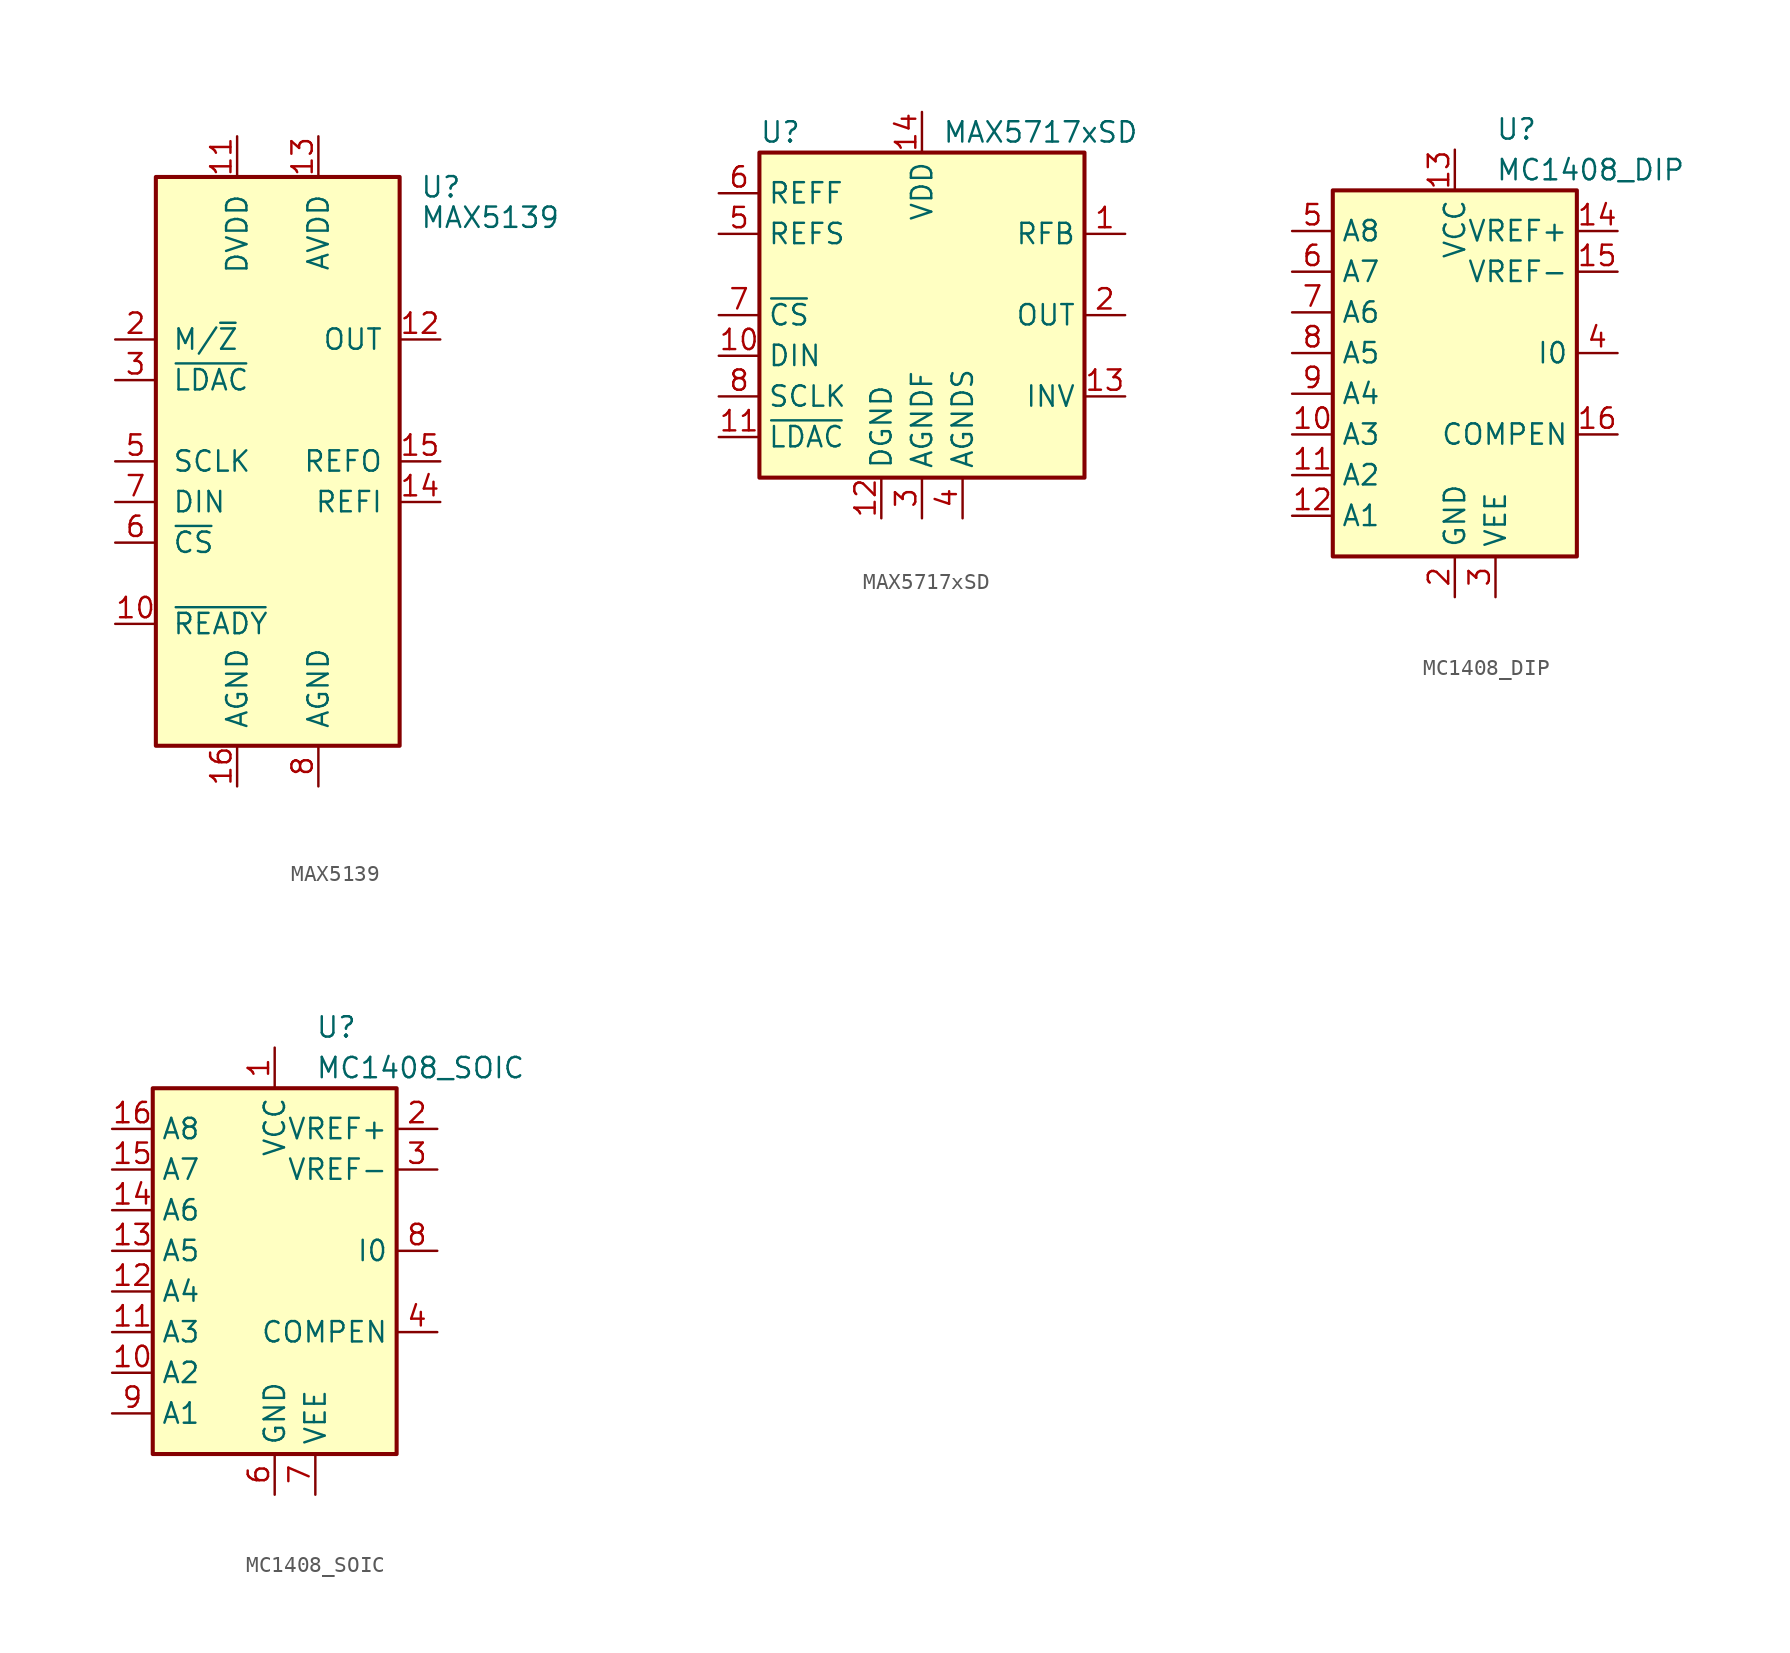
<source format=kicad_sym>
(kicad_symbol_lib
  (version 20200908)
  (generator kicad_symbol_editor)
  (symbol "Analog_DAC:MAX5139"
    (pin_names
      (offset 1.016))
    (property "Reference" "U"
      (at 8.89 17.145 0)
      (effects (font (size 1.27 1.27)) (justify left)))
    (property "Value" "MAX5139"
      (at 8.89 15.24 0)
      (effects (font (size 1.27 1.27)) (justify left)))
    (symbol "MAX5139_0_1"
      (rectangle (start -7.62 17.78) (end 7.62 -17.78) (stroke (width 0.254)) (fill (type background))))
    (symbol "MAX5139_1_1"
      (pin unconnected line (at 10.16 -10.16 180) (length 2.54) hide (name "NC" (effects (font (size 1.27 1.27)))) (number "1" (effects (font (size 1.27 1.27)))))
      (pin output line (at -10.16 -10.16 0) (length 2.54) (name "~READY" (effects (font (size 1.27 1.27)))) (number "10" (effects (font (size 1.27 1.27)))))
      (pin power_in line (at -2.54 20.32 270) (length 2.54) (name "DVDD" (effects (font (size 1.27 1.27)))) (number "11" (effects (font (size 1.27 1.27)))))
      (pin output line (at 10.16 7.62 180) (length 2.54) (name "OUT" (effects (font (size 1.27 1.27)))) (number "12" (effects (font (size 1.27 1.27)))))
      (pin power_in line (at 2.54 20.32 270) (length 2.54) (name "AVDD" (effects (font (size 1.27 1.27)))) (number "13" (effects (font (size 1.27 1.27)))))
      (pin input line (at 10.16 -2.54 180) (length 2.54) (name "REFI" (effects (font (size 1.27 1.27)))) (number "14" (effects (font (size 1.27 1.27)))))
      (pin output line (at 10.16 0 180) (length 2.54) (name "REFO" (effects (font (size 1.27 1.27)))) (number "15" (effects (font (size 1.27 1.27)))))
      (pin power_in line (at -2.54 -20.32 90) (length 2.54) (name "AGND" (effects (font (size 1.27 1.27)))) (number "16" (effects (font (size 1.27 1.27)))))
      (pin input line (at -10.16 7.62 0) (length 2.54) (name "M/~Z" (effects (font (size 1.27 1.27)))) (number "2" (effects (font (size 1.27 1.27)))))
      (pin input line (at -10.16 5.08 0) (length 2.54) (name "~LDAC" (effects (font (size 1.27 1.27)))) (number "3" (effects (font (size 1.27 1.27)))))
      (pin unconnected line (at 10.16 -7.62 180) (length 2.54) hide (name "NC" (effects (font (size 1.27 1.27)))) (number "4" (effects (font (size 1.27 1.27)))))
      (pin input line (at -10.16 0 0) (length 2.54) (name "SCLK" (effects (font (size 1.27 1.27)))) (number "5" (effects (font (size 1.27 1.27)))))
      (pin input line (at -10.16 -5.08 0) (length 2.54) (name "~CS" (effects (font (size 1.27 1.27)))) (number "6" (effects (font (size 1.27 1.27)))))
      (pin input line (at -10.16 -2.54 0) (length 2.54) (name "DIN" (effects (font (size 1.27 1.27)))) (number "7" (effects (font (size 1.27 1.27)))))
      (pin power_in line (at 2.54 -20.32 90) (length 2.54) (name "AGND" (effects (font (size 1.27 1.27)))) (number "8" (effects (font (size 1.27 1.27)))))
      (pin unconnected line (at 10.16 -5.08 180) (length 2.54) hide (name "NC" (effects (font (size 1.27 1.27)))) (number "9" (effects (font (size 1.27 1.27)))))))
  (symbol "Analog_DAC:MAX5717xSD"
    (property "Reference" "U"
      (at -10.16 11.43 0)
      (effects (font (size 1.27 1.27)) (justify left)))
    (property "Value" "MAX5717xSD"
      (at 1.27 11.43 0)
      (effects (font (size 1.27 1.27)) (justify left)))
    (symbol "MAX5717xSD_0_1"
      (rectangle (start -10.16 10.16) (end 10.16 -10.16) (stroke (width 0.254)) (fill (type background))))
    (symbol "MAX5717xSD_1_1"
      (pin passive line (at 12.7 5.08 180) (length 2.54) (name "RFB" (effects (font (size 1.27 1.27)))) (number "1" (effects (font (size 1.27 1.27)))))
      (pin input line (at -12.7 -2.54 0) (length 2.54) (name "DIN" (effects (font (size 1.27 1.27)))) (number "10" (effects (font (size 1.27 1.27)))))
      (pin input line (at -12.7 -7.62 0) (length 2.54) (name "~LDAC" (effects (font (size 1.27 1.27)))) (number "11" (effects (font (size 1.27 1.27)))))
      (pin power_in line (at -2.54 -12.7 90) (length 2.54) (name "DGND" (effects (font (size 1.27 1.27)))) (number "12" (effects (font (size 1.27 1.27)))))
      (pin passive line (at 12.7 -5.08 180) (length 2.54) (name "INV" (effects (font (size 1.27 1.27)))) (number "13" (effects (font (size 1.27 1.27)))))
      (pin power_in line (at 0 12.7 270) (length 2.54) (name "VDD" (effects (font (size 1.27 1.27)))) (number "14" (effects (font (size 1.27 1.27)))))
      (pin output line (at 12.7 0 180) (length 2.54) (name "OUT" (effects (font (size 1.27 1.27)))) (number "2" (effects (font (size 1.27 1.27)))))
      (pin power_in line (at 0 -12.7 90) (length 2.54) (name "AGNDF" (effects (font (size 1.27 1.27)))) (number "3" (effects (font (size 1.27 1.27)))))
      (pin power_in line (at 2.54 -12.7 90) (length 2.54) (name "AGNDS" (effects (font (size 1.27 1.27)))) (number "4" (effects (font (size 1.27 1.27)))))
      (pin input line (at -12.7 5.08 0) (length 2.54) (name "REFS" (effects (font (size 1.27 1.27)))) (number "5" (effects (font (size 1.27 1.27)))))
      (pin input line (at -12.7 7.62 0) (length 2.54) (name "REFF" (effects (font (size 1.27 1.27)))) (number "6" (effects (font (size 1.27 1.27)))))
      (pin input line (at -12.7 0 0) (length 2.54) (name "~CS" (effects (font (size 1.27 1.27)))) (number "7" (effects (font (size 1.27 1.27)))))
      (pin input line (at -12.7 -5.08 0) (length 2.54) (name "SCLK" (effects (font (size 1.27 1.27)))) (number "8" (effects (font (size 1.27 1.27)))))
      (pin unconnected line (at 10.16 -7.62 180) (length 2.54) hide (name "NC" (effects (font (size 1.27 1.27)))) (number "9" (effects (font (size 1.27 1.27)))))))
  (symbol "Analog_DAC:MC1408_DIP"
    (property "Reference" "U"
      (at 2.54 16.51 0)
      (effects (font (size 1.27 1.27)) (justify left)))
    (property "Value" "MC1408_DIP"
      (at 2.54 13.97 0)
      (effects (font (size 1.27 1.27)) (justify left)))
    (symbol "MC1408_DIP_0_0"
      (rectangle (start -7.62 -10.16) (end 7.62 12.7) (stroke (width 0.254)) (fill (type background))))
    (symbol "MC1408_DIP_1_1"
      (pin unconnected line (at 10.16 -5.08 180) (length 2.54) hide (name "NC" (effects (font (size 1.27 1.27)))) (number "1" (effects (font (size 1.27 1.27)))))
      (pin input line (at -10.16 -2.54 0) (length 2.54) (name "A3" (effects (font (size 1.27 1.27)))) (number "10" (effects (font (size 1.27 1.27)))))
      (pin input line (at -10.16 -5.08 0) (length 2.54) (name "A2" (effects (font (size 1.27 1.27)))) (number "11" (effects (font (size 1.27 1.27)))))
      (pin input line (at -10.16 -7.62 0) (length 2.54) (name "A1" (effects (font (size 1.27 1.27)))) (number "12" (effects (font (size 1.27 1.27)))))
      (pin power_in line (at 0 15.24 270) (length 2.54) (name "VCC" (effects (font (size 1.27 1.27)))) (number "13" (effects (font (size 1.27 1.27)))))
      (pin output line (at 10.16 10.16 180) (length 2.54) (name "VREF+" (effects (font (size 1.27 1.27)))) (number "14" (effects (font (size 1.27 1.27)))))
      (pin output line (at 10.16 7.62 180) (length 2.54) (name "VREF-" (effects (font (size 1.27 1.27)))) (number "15" (effects (font (size 1.27 1.27)))))
      (pin passive line (at 10.16 -2.54 180) (length 2.54) (name "COMPEN" (effects (font (size 1.27 1.27)))) (number "16" (effects (font (size 1.27 1.27)))))
      (pin power_in line (at 0 -12.7 90) (length 2.54) (name "GND" (effects (font (size 1.27 1.27)))) (number "2" (effects (font (size 1.27 1.27)))))
      (pin power_in line (at 2.54 -12.7 90) (length 2.54) (name "VEE" (effects (font (size 1.27 1.27)))) (number "3" (effects (font (size 1.27 1.27)))))
      (pin input line (at 10.16 2.54 180) (length 2.54) (name "I0" (effects (font (size 1.27 1.27)))) (number "4" (effects (font (size 1.27 1.27)))))
      (pin input line (at -10.16 10.16 0) (length 2.54) (name "A8" (effects (font (size 1.27 1.27)))) (number "5" (effects (font (size 1.27 1.27)))))
      (pin input line (at -10.16 7.62 0) (length 2.54) (name "A7" (effects (font (size 1.27 1.27)))) (number "6" (effects (font (size 1.27 1.27)))))
      (pin input line (at -10.16 5.08 0) (length 2.54) (name "A6" (effects (font (size 1.27 1.27)))) (number "7" (effects (font (size 1.27 1.27)))))
      (pin input line (at -10.16 2.54 0) (length 2.54) (name "A5" (effects (font (size 1.27 1.27)))) (number "8" (effects (font (size 1.27 1.27)))))
      (pin input line (at -10.16 0 0) (length 2.54) (name "A4" (effects (font (size 1.27 1.27)))) (number "9" (effects (font (size 1.27 1.27)))))))
  (symbol "Analog_DAC:MC1408_SOIC"
    (property "Reference" "U"
      (at 2.54 16.51 0)
      (effects (font (size 1.27 1.27)) (justify left)))
    (property "Value" "MC1408_SOIC"
      (at 2.54 13.97 0)
      (effects (font (size 1.27 1.27)) (justify left)))
    (symbol "MC1408_SOIC_0_0"
      (rectangle (start -7.62 -10.16) (end 7.62 12.7) (stroke (width 0.254)) (fill (type background))))
    (symbol "MC1408_SOIC_1_1"
      (pin power_in line (at 0 15.24 270) (length 2.54) (name "VCC" (effects (font (size 1.27 1.27)))) (number "1" (effects (font (size 1.27 1.27)))))
      (pin input line (at -10.16 -5.08 0) (length 2.54) (name "A2" (effects (font (size 1.27 1.27)))) (number "10" (effects (font (size 1.27 1.27)))))
      (pin input line (at -10.16 -2.54 0) (length 2.54) (name "A3" (effects (font (size 1.27 1.27)))) (number "11" (effects (font (size 1.27 1.27)))))
      (pin input line (at -10.16 0 0) (length 2.54) (name "A4" (effects (font (size 1.27 1.27)))) (number "12" (effects (font (size 1.27 1.27)))))
      (pin input line (at -10.16 2.54 0) (length 2.54) (name "A5" (effects (font (size 1.27 1.27)))) (number "13" (effects (font (size 1.27 1.27)))))
      (pin input line (at -10.16 5.08 0) (length 2.54) (name "A6" (effects (font (size 1.27 1.27)))) (number "14" (effects (font (size 1.27 1.27)))))
      (pin input line (at -10.16 7.62 0) (length 2.54) (name "A7" (effects (font (size 1.27 1.27)))) (number "15" (effects (font (size 1.27 1.27)))))
      (pin input line (at -10.16 10.16 0) (length 2.54) (name "A8" (effects (font (size 1.27 1.27)))) (number "16" (effects (font (size 1.27 1.27)))))
      (pin output line (at 10.16 10.16 180) (length 2.54) (name "VREF+" (effects (font (size 1.27 1.27)))) (number "2" (effects (font (size 1.27 1.27)))))
      (pin output line (at 10.16 7.62 180) (length 2.54) (name "VREF-" (effects (font (size 1.27 1.27)))) (number "3" (effects (font (size 1.27 1.27)))))
      (pin passive line (at 10.16 -2.54 180) (length 2.54) (name "COMPEN" (effects (font (size 1.27 1.27)))) (number "4" (effects (font (size 1.27 1.27)))))
      (pin unconnected line (at 10.16 -5.08 180) (length 2.54) hide (name "NC" (effects (font (size 1.27 1.27)))) (number "5" (effects (font (size 1.27 1.27)))))
      (pin power_in line (at 0 -12.7 90) (length 2.54) (name "GND" (effects (font (size 1.27 1.27)))) (number "6" (effects (font (size 1.27 1.27)))))
      (pin power_in line (at 2.54 -12.7 90) (length 2.54) (name "VEE" (effects (font (size 1.27 1.27)))) (number "7" (effects (font (size 1.27 1.27)))))
      (pin input line (at 10.16 2.54 180) (length 2.54) (name "I0" (effects (font (size 1.27 1.27)))) (number "8" (effects (font (size 1.27 1.27)))))
      (pin input line (at -10.16 -7.62 0) (length 2.54) (name "A1" (effects (font (size 1.27 1.27)))) (number "9" (effects (font (size 1.27 1.27))))))))
</source>
